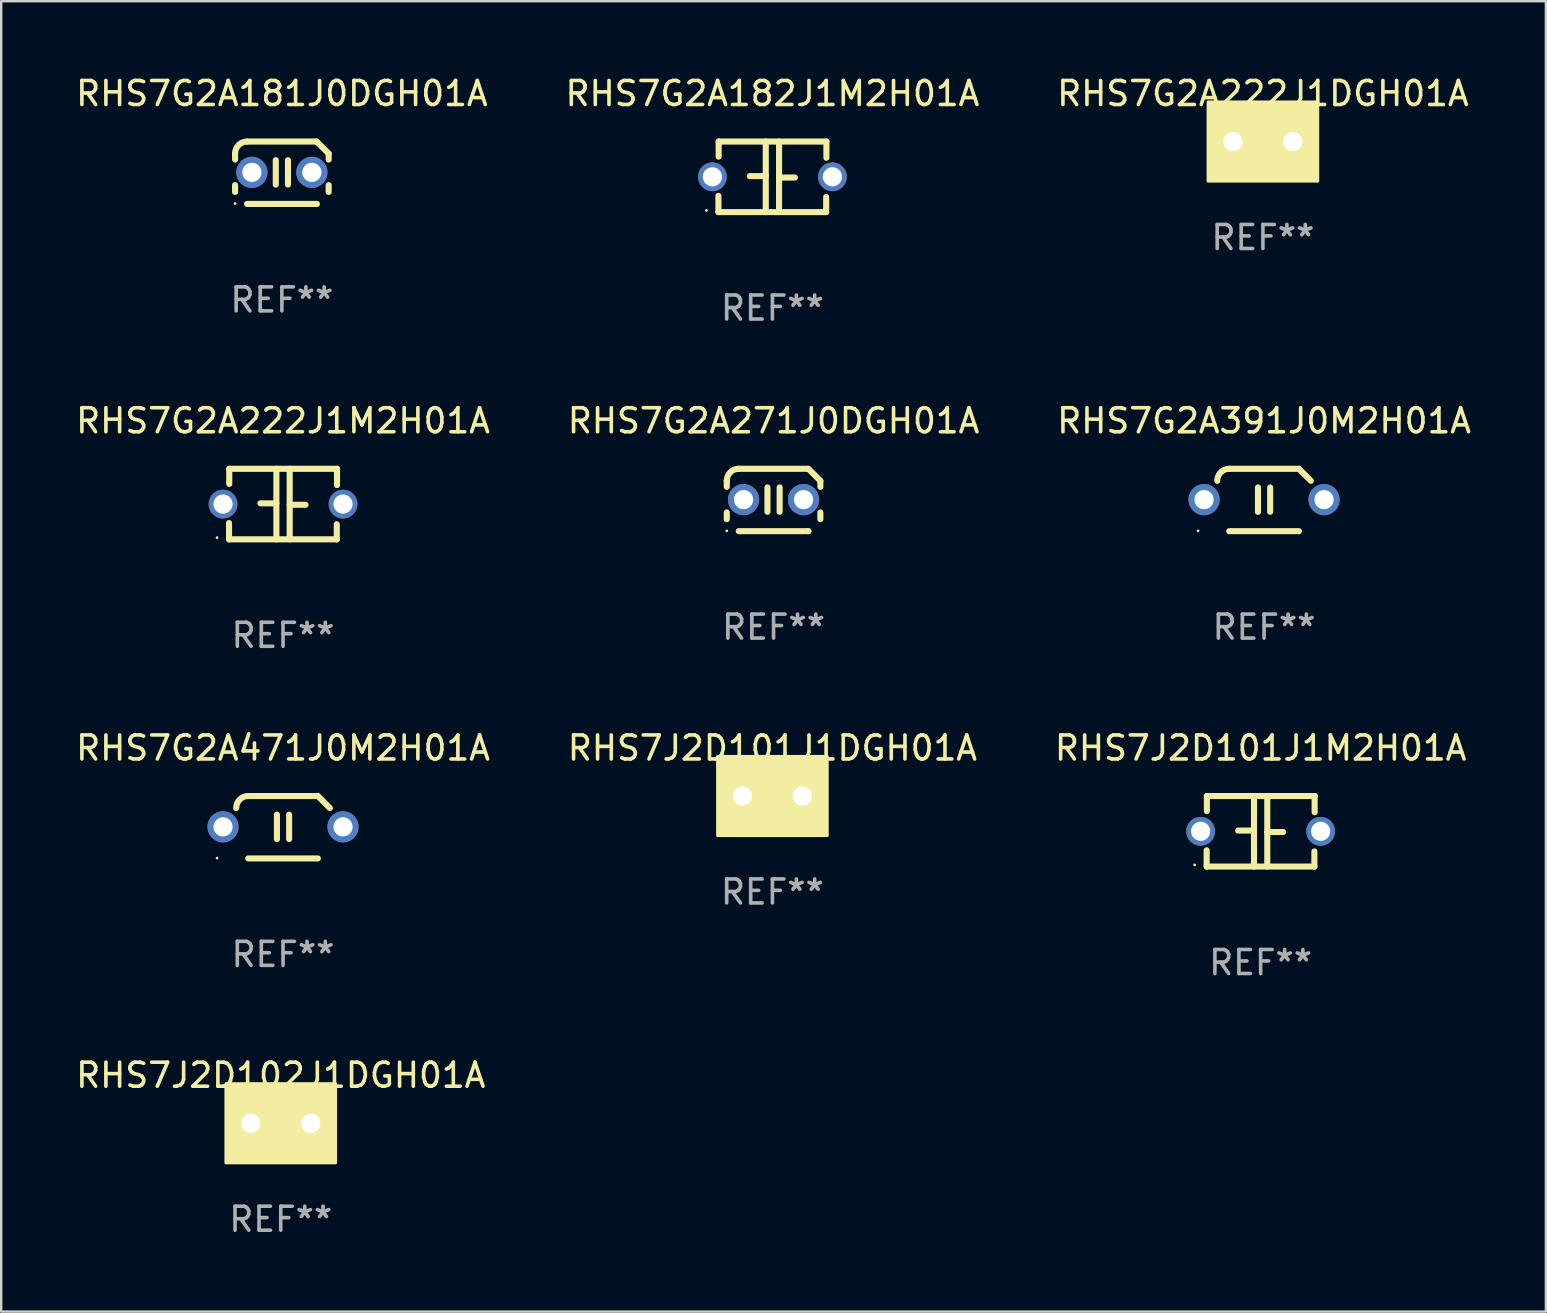
<source format=kicad_pcb>
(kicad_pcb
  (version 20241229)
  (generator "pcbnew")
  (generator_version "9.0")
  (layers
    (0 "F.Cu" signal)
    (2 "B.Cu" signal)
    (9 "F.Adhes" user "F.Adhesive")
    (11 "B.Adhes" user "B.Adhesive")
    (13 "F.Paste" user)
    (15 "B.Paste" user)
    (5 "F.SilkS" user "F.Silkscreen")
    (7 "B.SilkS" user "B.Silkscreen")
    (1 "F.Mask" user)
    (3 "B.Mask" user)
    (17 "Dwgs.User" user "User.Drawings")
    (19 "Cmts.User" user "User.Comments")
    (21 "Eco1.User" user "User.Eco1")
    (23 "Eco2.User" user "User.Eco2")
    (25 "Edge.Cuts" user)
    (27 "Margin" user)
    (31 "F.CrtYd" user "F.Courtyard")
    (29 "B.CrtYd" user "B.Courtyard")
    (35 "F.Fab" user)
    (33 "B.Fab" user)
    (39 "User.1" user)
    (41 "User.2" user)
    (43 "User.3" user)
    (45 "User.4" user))
  (footprint "RHS7G2A222J1DGH01A"
    (layer "F.Cu")
    (at 49.577 2.848)
    (property "Reference" "RHS7G2A222J1DGH01A" (at 0 -2 0) (layer "F.SilkS") (effects (font (size 1 1) (thickness 0.15))))
    (attr through_hole)
    (fp_circle (center -2.1 1.4) (end -2.07 1.4) (stroke (width 0.06) (type solid)) (fill no) (layer "F.SilkS"))
    (fp_poly (pts (xy -2.286 -1.651) (xy 2.286 -1.651) (xy 2.286 1.651) (xy -2.286 1.651)) (stroke (width 0.12) (type solid)) (fill yes) (layer "F.SilkS"))
    (fp_text user "REF**" (at 0 4 0) (layer "F.Fab") (effects (font (size 1 1) (thickness 0.15))))
    (pad "1" thru_hole circle (at -1.25 0) (size 1.2 1.2) (drill 0.8) (layers "*.Cu" "*.Mask"))
    (pad "2" thru_hole circle (at 1.25 0) (size 1.2 1.2) (drill 0.8) (layers "*.Cu" "*.Mask")))
  (footprint "RHS7G2A471J0M2H01A"
    (layer "F.Cu")
    (at 8.744 31.421)
    (property "Reference" "RHS7G2A471J0M2H01A" (at 0 -3.3 0) (layer "F.SilkS") (effects (font (size 1 1) (thickness 0.15))))
    (attr through_hole)
    (fp_line (start -1.45 1.3) (end 1.45 1.3) (stroke (width 0.254) (type solid)) (layer "F.SilkS"))
    (fp_line (start -0.254 -0.523) (end -0.254 0.493) (stroke (width 0.254) (type solid)) (layer "F.SilkS"))
    (fp_line (start 0.254 -0.523) (end 0.254 0.493) (stroke (width 0.254) (type solid)) (layer "F.SilkS"))
    (fp_line (start 1.45 -1.3) (end -1.45 -1.3) (stroke (width 0.254) (type solid)) (layer "F.SilkS"))
    (fp_arc (start -1.95014 -0.800013) (mid -1.803693 -1.153566) (end -1.45014 -1.300013) (stroke (width 0.254001) (type solid)) (layer "F.SilkS"))
    (fp_arc (start 1.94986 -0.799987) (mid 1.699615 -1.049742) (end 1.44986 -1.299987) (stroke (width 0.254001) (type solid)) (layer "F.SilkS"))
    (fp_circle (center -2.75 1.285) (end -2.72 1.285) (stroke (width 0.06) (type solid)) (fill no) (layer "F.SilkS"))
    (fp_text user "REF**" (at 0 5.3 0) (layer "F.Fab") (effects (font (size 1 1) (thickness 0.15))))
    (pad "1" thru_hole circle (at -2.5 -0.015) (size 1.3 1.3) (drill 0.8) (layers "*.Cu" "*.Mask"))
    (pad "2" thru_hole circle (at 2.5 -0.015) (size 1.3 1.3) (drill 0.8) (layers "*.Cu" "*.Mask")))
  (footprint "RHS7J2D101J1M2H01A"
    (layer "F.Cu")
    (at 49.482 31.591)
    (property "Reference" "RHS7J2D101J1M2H01A" (at 0 -3.47 0) (layer "F.SilkS") (effects (font (size 1 1) (thickness 0.15))))
    (attr through_hole)
    (fp_line (start -2.25 1.47) (end -2.25 0.792) (stroke (width 0.254) (type solid)) (layer "F.SilkS"))
    (fp_line (start -2.24 -1.47) (end 2.25 -1.47) (stroke (width 0.254) (type solid)) (layer "F.SilkS"))
    (fp_line (start -2.24 -0.84) (end -2.24 -1.47) (stroke (width 0.254) (type solid)) (layer "F.SilkS"))
    (fp_line (start -0.277 -0.03) (end -0.94 -0.03) (stroke (width 0.254) (type solid)) (layer "F.SilkS"))
    (fp_line (start -0.277 1.47) (end -0.277 -1.47) (stroke (width 0.254) (type solid)) (layer "F.SilkS"))
    (fp_line (start 0.277 -1.47) (end 0.277 1.47) (stroke (width 0.254) (type solid)) (layer "F.SilkS"))
    (fp_line (start 0.277 0.03) (end 0.94 0.03) (stroke (width 0.254) (type solid)) (layer "F.SilkS"))
    (fp_line (start 2.24 0.84) (end 2.24 1.47) (stroke (width 0.254) (type solid)) (layer "F.SilkS"))
    (fp_line (start 2.24 1.47) (end -2.25 1.47) (stroke (width 0.254) (type solid)) (layer "F.SilkS"))
    (fp_line (start 2.25 -1.47) (end 2.25 -0.793) (stroke (width 0.254) (type solid)) (layer "F.SilkS"))
    (fp_circle (center -2.75 1.4) (end -2.72 1.4) (stroke (width 0.06) (type solid)) (fill no) (layer "F.SilkS"))
    (fp_text user "REF**" (at 0 5.47 0) (layer "F.Fab") (effects (font (size 1 1) (thickness 0.15))))
    (pad "1" thru_hole circle (at -2.5 0) (size 1.2 1.2) (drill 0.8) (layers "*.Cu" "*.Mask"))
    (pad "2" thru_hole circle (at 2.5 0) (size 1.2 1.2) (drill 0.8) (layers "*.Cu" "*.Mask")))
  (footprint "RHS7J2D102J1DGH01A"
    (layer "F.Cu")
    (at 8.649 43.758)
    (property "Reference" "RHS7J2D102J1DGH01A" (at 0 -2 0) (layer "F.SilkS") (effects (font (size 1 1) (thickness 0.15))))
    (attr through_hole)
    (fp_circle (center -2.1 1.4) (end -2.07 1.4) (stroke (width 0.06) (type solid)) (fill no) (layer "F.SilkS"))
    (fp_poly (pts (xy -2.286 -1.651) (xy 2.286 -1.651) (xy 2.286 1.651) (xy -2.286 1.651)) (stroke (width 0.12) (type solid)) (fill yes) (layer "F.SilkS"))
    (fp_text user "REF**" (at 0 4 0) (layer "F.Fab") (effects (font (size 1 1) (thickness 0.15))))
    (pad "1" thru_hole circle (at -1.25 0) (size 1.2 1.2) (drill 0.8) (layers "*.Cu" "*.Mask"))
    (pad "2" thru_hole circle (at 1.25 0) (size 1.2 1.2) (drill 0.8) (layers "*.Cu" "*.Mask")))
  (footprint "RHS7G2A391J0M2H01A"
    (layer "F.Cu")
    (at 49.625 17.785)
    (property "Reference" "RHS7G2A391J0M2H01A" (at 0 -3.3 0) (layer "F.SilkS") (effects (font (size 1 1) (thickness 0.15))))
    (attr through_hole)
    (fp_line (start -1.45 1.3) (end 1.45 1.3) (stroke (width 0.254) (type solid)) (layer "F.SilkS"))
    (fp_line (start -0.254 -0.523) (end -0.254 0.493) (stroke (width 0.254) (type solid)) (layer "F.SilkS"))
    (fp_line (start 0.254 -0.523) (end 0.254 0.493) (stroke (width 0.254) (type solid)) (layer "F.SilkS"))
    (fp_line (start 1.45 -1.3) (end -1.45 -1.3) (stroke (width 0.254) (type solid)) (layer "F.SilkS"))
    (fp_arc (start -1.95014 -0.800013) (mid -1.803693 -1.153566) (end -1.45014 -1.300013) (stroke (width 0.254001) (type solid)) (layer "F.SilkS"))
    (fp_arc (start 1.94986 -0.799987) (mid 1.699615 -1.049742) (end 1.44986 -1.299987) (stroke (width 0.254001) (type solid)) (layer "F.SilkS"))
    (fp_circle (center -2.75 1.285) (end -2.72 1.285) (stroke (width 0.06) (type solid)) (fill no) (layer "F.SilkS"))
    (fp_text user "REF**" (at 0 5.3 0) (layer "F.Fab") (effects (font (size 1 1) (thickness 0.15))))
    (pad "1" thru_hole circle (at -2.5 -0.015) (size 1.3 1.3) (drill 0.8) (layers "*.Cu" "*.Mask"))
    (pad "2" thru_hole circle (at 2.5 -0.015) (size 1.3 1.3) (drill 0.8) (layers "*.Cu" "*.Mask")))
  (footprint "RHS7G2A181J0DGH01A"
    (layer "F.Cu")
    (at 8.696 4.148)
    (property "Reference" "RHS7G2A181J0DGH01A" (at 0 -3.3 0) (layer "F.SilkS") (effects (font (size 1 1) (thickness 0.15))))
    (attr through_hole)
    (fp_line (start -1.95 -0.549) (end -1.95 -0.8) (stroke (width 0.254) (type solid)) (layer "F.SilkS"))
    (fp_line (start -1.95 0.8) (end -1.95 0.519) (stroke (width 0.254) (type solid)) (layer "F.SilkS"))
    (fp_line (start -1.45 1.3) (end 1.45 1.3) (stroke (width 0.254) (type solid)) (layer "F.SilkS"))
    (fp_line (start -0.254 -0.523) (end -0.254 0.493) (stroke (width 0.254) (type solid)) (layer "F.SilkS"))
    (fp_line (start 0.254 -0.523) (end 0.254 0.493) (stroke (width 0.254) (type solid)) (layer "F.SilkS"))
    (fp_line (start 1.45 1.3) (end 1.45 1.3) (stroke (width 0.254) (type solid)) (layer "F.SilkS"))
    (fp_line (start 1.45 -1.3) (end -1.45 -1.3) (stroke (width 0.254) (type solid)) (layer "F.SilkS"))
    (fp_line (start 1.95 -0.8) (end 1.95 -0.549) (stroke (width 0.254) (type solid)) (layer "F.SilkS"))
    (fp_line (start 1.95 0.519) (end 1.95 0.8) (stroke (width 0.254) (type solid)) (layer "F.SilkS"))
    (fp_arc (start -1.95 -0.800025) (mid -1.803553 -1.153578) (end -1.45 -1.300025) (stroke (width 0.254001) (type solid)) (layer "F.SilkS"))
    (fp_arc (start 1.95 -0.8) (mid 1.699755 -1.049755) (end 1.45 -1.3) (stroke (width 0.254001) (type solid)) (layer "F.SilkS"))
    (fp_circle (center -1.95 1.285) (end -1.92 1.285) (stroke (width 0.06) (type solid)) (fill no) (layer "F.SilkS"))
    (fp_text user "REF**" (at 0 5.3 0) (layer "F.Fab") (effects (font (size 1 1) (thickness 0.15))))
    (pad "1" thru_hole circle (at -1.25 -0.015) (size 1.3 1.3) (drill 0.8) (layers "*.Cu" "*.Mask"))
    (pad "2" thru_hole circle (at 1.25 -0.015) (size 1.3 1.3) (drill 0.8) (layers "*.Cu" "*.Mask")))
  (footprint "RHS7G2A271J0DGH01A"
    (layer "F.Cu")
    (at 29.185 17.785)
    (property "Reference" "RHS7G2A271J0DGH01A" (at 0 -3.3 0) (layer "F.SilkS") (effects (font (size 1 1) (thickness 0.15))))
    (attr through_hole)
    (fp_line (start -1.95 -0.549) (end -1.95 -0.8) (stroke (width 0.254) (type solid)) (layer "F.SilkS"))
    (fp_line (start -1.95 0.8) (end -1.95 0.519) (stroke (width 0.254) (type solid)) (layer "F.SilkS"))
    (fp_line (start -1.45 1.3) (end 1.45 1.3) (stroke (width 0.254) (type solid)) (layer "F.SilkS"))
    (fp_line (start -0.254 -0.523) (end -0.254 0.493) (stroke (width 0.254) (type solid)) (layer "F.SilkS"))
    (fp_line (start 0.254 -0.523) (end 0.254 0.493) (stroke (width 0.254) (type solid)) (layer "F.SilkS"))
    (fp_line (start 1.45 1.3) (end 1.45 1.3) (stroke (width 0.254) (type solid)) (layer "F.SilkS"))
    (fp_line (start 1.45 -1.3) (end -1.45 -1.3) (stroke (width 0.254) (type solid)) (layer "F.SilkS"))
    (fp_line (start 1.95 -0.8) (end 1.95 -0.549) (stroke (width 0.254) (type solid)) (layer "F.SilkS"))
    (fp_line (start 1.95 0.519) (end 1.95 0.8) (stroke (width 0.254) (type solid)) (layer "F.SilkS"))
    (fp_arc (start -1.95 -0.800025) (mid -1.803553 -1.153578) (end -1.45 -1.300025) (stroke (width 0.254001) (type solid)) (layer "F.SilkS"))
    (fp_arc (start 1.95 -0.8) (mid 1.699755 -1.049755) (end 1.45 -1.3) (stroke (width 0.254001) (type solid)) (layer "F.SilkS"))
    (fp_circle (center -1.95 1.285) (end -1.92 1.285) (stroke (width 0.06) (type solid)) (fill no) (layer "F.SilkS"))
    (fp_text user "REF**" (at 0 5.3 0) (layer "F.Fab") (effects (font (size 1 1) (thickness 0.15))))
    (pad "1" thru_hole circle (at -1.25 -0.015) (size 1.3 1.3) (drill 0.8) (layers "*.Cu" "*.Mask"))
    (pad "2" thru_hole circle (at 1.25 -0.015) (size 1.3 1.3) (drill 0.8) (layers "*.Cu" "*.Mask")))
  (footprint "RHS7J2D101J1DGH01A"
    (layer "F.Cu")
    (at 29.137 30.121)
    (property "Reference" "RHS7J2D101J1DGH01A" (at 0 -2 0) (layer "F.SilkS") (effects (font (size 1 1) (thickness 0.15))))
    (attr through_hole)
    (fp_circle (center -2.1 1.4) (end -2.07 1.4) (stroke (width 0.06) (type solid)) (fill no) (layer "F.SilkS"))
    (fp_poly (pts (xy -2.286 -1.651) (xy 2.286 -1.651) (xy 2.286 1.651) (xy -2.286 1.651)) (stroke (width 0.12) (type solid)) (fill yes) (layer "F.SilkS"))
    (fp_text user "REF**" (at 0 4 0) (layer "F.Fab") (effects (font (size 1 1) (thickness 0.15))))
    (pad "1" thru_hole circle (at -1.25 0) (size 1.2 1.2) (drill 0.8) (layers "*.Cu" "*.Mask"))
    (pad "2" thru_hole circle (at 1.25 0) (size 1.2 1.2) (drill 0.8) (layers "*.Cu" "*.Mask")))
  (footprint "RHS7G2A222J1M2H01A"
    (layer "F.Cu")
    (at 8.744 17.955)
    (property "Reference" "RHS7G2A222J1M2H01A" (at 0 -3.47 0) (layer "F.SilkS") (effects (font (size 1 1) (thickness 0.15))))
    (attr through_hole)
    (fp_line (start -2.25 1.47) (end -2.25 0.792) (stroke (width 0.254) (type solid)) (layer "F.SilkS"))
    (fp_line (start -2.24 -1.47) (end 2.25 -1.47) (stroke (width 0.254) (type solid)) (layer "F.SilkS"))
    (fp_line (start -2.24 -0.84) (end -2.24 -1.47) (stroke (width 0.254) (type solid)) (layer "F.SilkS"))
    (fp_line (start -0.277 -0.03) (end -0.94 -0.03) (stroke (width 0.254) (type solid)) (layer "F.SilkS"))
    (fp_line (start -0.277 1.47) (end -0.277 -1.47) (stroke (width 0.254) (type solid)) (layer "F.SilkS"))
    (fp_line (start 0.277 -1.47) (end 0.277 1.47) (stroke (width 0.254) (type solid)) (layer "F.SilkS"))
    (fp_line (start 0.277 0.03) (end 0.94 0.03) (stroke (width 0.254) (type solid)) (layer "F.SilkS"))
    (fp_line (start 2.24 0.84) (end 2.24 1.47) (stroke (width 0.254) (type solid)) (layer "F.SilkS"))
    (fp_line (start 2.24 1.47) (end -2.25 1.47) (stroke (width 0.254) (type solid)) (layer "F.SilkS"))
    (fp_line (start 2.25 -1.47) (end 2.25 -0.793) (stroke (width 0.254) (type solid)) (layer "F.SilkS"))
    (fp_circle (center -2.75 1.4) (end -2.72 1.4) (stroke (width 0.06) (type solid)) (fill no) (layer "F.SilkS"))
    (fp_text user "REF**" (at 0 5.47 0) (layer "F.Fab") (effects (font (size 1 1) (thickness 0.15))))
    (pad "1" thru_hole circle (at -2.5 0) (size 1.2 1.2) (drill 0.8) (layers "*.Cu" "*.Mask"))
    (pad "2" thru_hole circle (at 2.5 0) (size 1.2 1.2) (drill 0.8) (layers "*.Cu" "*.Mask")))
  (footprint "RHS7G2A182J1M2H01A"
    (layer "F.Cu")
    (at 29.137 4.318)
    (property "Reference" "RHS7G2A182J1M2H01A" (at 0 -3.47 0) (layer "F.SilkS") (effects (font (size 1 1) (thickness 0.15))))
    (attr through_hole)
    (fp_line (start -2.25 1.47) (end -2.25 0.792) (stroke (width 0.254) (type solid)) (layer "F.SilkS"))
    (fp_line (start -2.24 -1.47) (end 2.25 -1.47) (stroke (width 0.254) (type solid)) (layer "F.SilkS"))
    (fp_line (start -2.24 -0.84) (end -2.24 -1.47) (stroke (width 0.254) (type solid)) (layer "F.SilkS"))
    (fp_line (start -0.277 -0.03) (end -0.94 -0.03) (stroke (width 0.254) (type solid)) (layer "F.SilkS"))
    (fp_line (start -0.277 1.47) (end -0.277 -1.47) (stroke (width 0.254) (type solid)) (layer "F.SilkS"))
    (fp_line (start 0.277 -1.47) (end 0.277 1.47) (stroke (width 0.254) (type solid)) (layer "F.SilkS"))
    (fp_line (start 0.277 0.03) (end 0.94 0.03) (stroke (width 0.254) (type solid)) (layer "F.SilkS"))
    (fp_line (start 2.24 0.84) (end 2.24 1.47) (stroke (width 0.254) (type solid)) (layer "F.SilkS"))
    (fp_line (start 2.24 1.47) (end -2.25 1.47) (stroke (width 0.254) (type solid)) (layer "F.SilkS"))
    (fp_line (start 2.25 -1.47) (end 2.25 -0.793) (stroke (width 0.254) (type solid)) (layer "F.SilkS"))
    (fp_circle (center -2.75 1.4) (end -2.72 1.4) (stroke (width 0.06) (type solid)) (fill no) (layer "F.SilkS"))
    (fp_text user "REF**" (at 0 5.47 0) (layer "F.Fab") (effects (font (size 1 1) (thickness 0.15))))
    (pad "1" thru_hole circle (at -2.5 0) (size 1.2 1.2) (drill 0.8) (layers "*.Cu" "*.Mask"))
    (pad "2" thru_hole circle (at 2.5 0) (size 1.2 1.2) (drill 0.8) (layers "*.Cu" "*.Mask")))
  (gr_rect
    (start -3 -3)
    (end 61.369 51.606)
    (stroke (width 0.1) (type default))
    (fill no)
    (layer "Edge.Cuts")))
</source>
